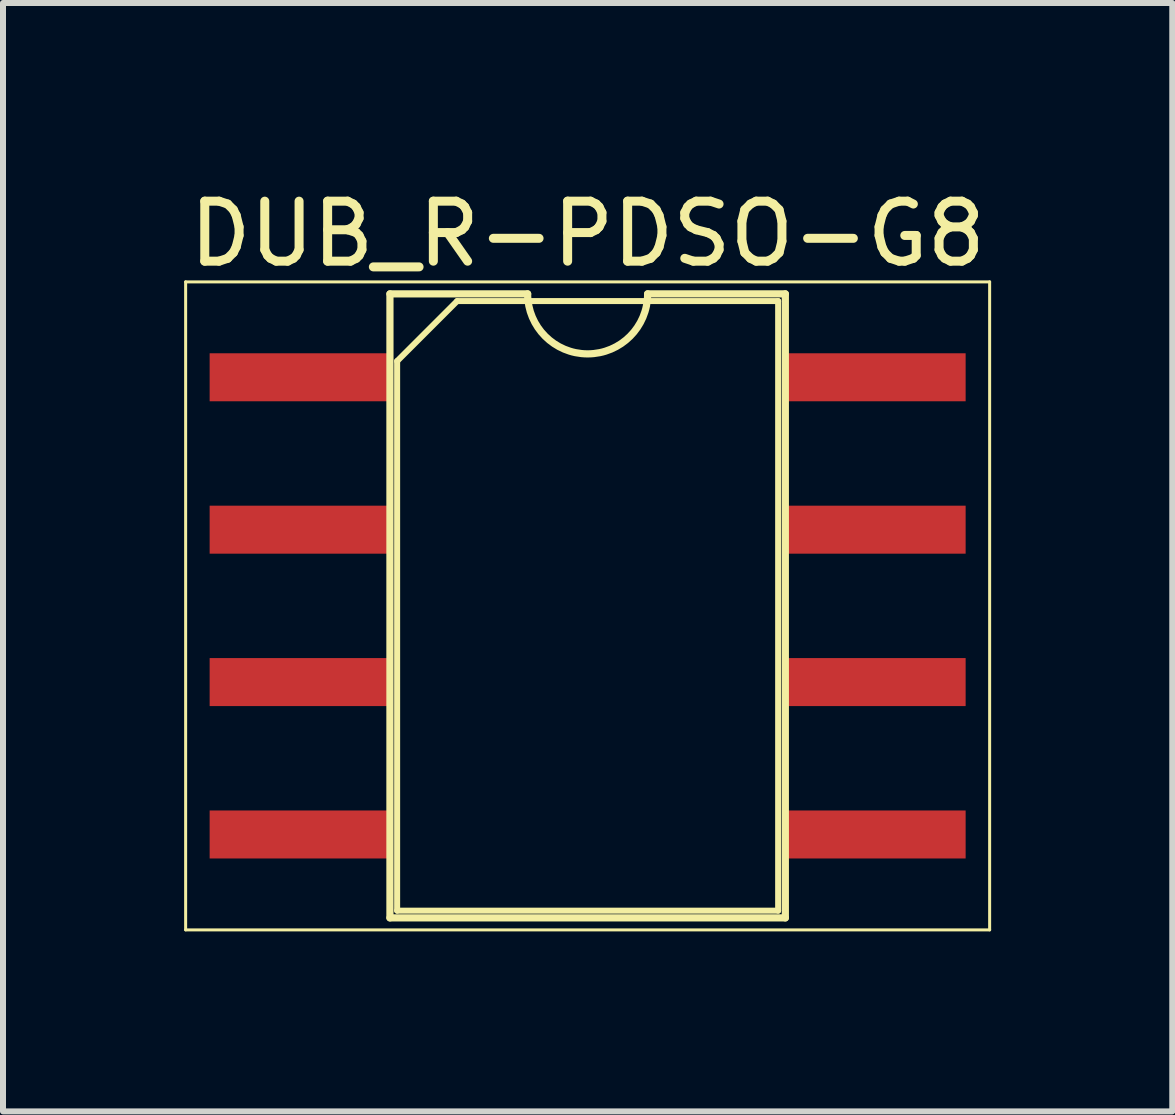
<source format=kicad_pcb>
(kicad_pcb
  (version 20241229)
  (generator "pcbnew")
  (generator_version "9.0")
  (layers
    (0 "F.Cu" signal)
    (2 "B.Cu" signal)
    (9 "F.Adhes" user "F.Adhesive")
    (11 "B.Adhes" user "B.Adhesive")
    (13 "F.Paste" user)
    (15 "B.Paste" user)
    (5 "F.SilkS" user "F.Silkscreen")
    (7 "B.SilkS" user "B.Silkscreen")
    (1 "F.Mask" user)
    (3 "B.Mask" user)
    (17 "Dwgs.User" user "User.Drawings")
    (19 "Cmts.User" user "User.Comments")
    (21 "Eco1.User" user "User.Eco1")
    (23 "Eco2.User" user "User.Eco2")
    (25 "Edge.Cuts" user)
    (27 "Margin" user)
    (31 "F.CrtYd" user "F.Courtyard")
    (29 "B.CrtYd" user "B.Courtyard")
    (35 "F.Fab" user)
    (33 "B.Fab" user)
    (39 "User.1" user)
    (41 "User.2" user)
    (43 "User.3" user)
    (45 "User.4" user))
  (footprint "DUB_R-PDSO-G8"
    (layer "F.Cu")
    (at 6.744 7.048)
    (property "Reference" "DUB_R-PDSO-G8" (at 0 -6.2 0) (layer "F.SilkS") (effects (font (size 1 1) (thickness 0.15))))
    (attr smd)
    (fp_line (start -6.7 -5.4) (end -6.7 5.4) (stroke (width 0.05) (type solid)) (layer "F.SilkS"))
    (fp_line (start -6.7 5.4) (end 6.7 5.4) (stroke (width 0.05) (type solid)) (layer "F.SilkS"))
    (fp_line (start -3.295 -5.2) (end -3.295 5.2) (stroke (width 0.12) (type solid)) (layer "F.SilkS"))
    (fp_line (start -3.295 5.2) (end 3.295 5.2) (stroke (width 0.12) (type solid)) (layer "F.SilkS"))
    (fp_line (start -3.175 -4.08) (end -2.175 -5.08) (stroke (width 0.1) (type solid)) (layer "F.SilkS"))
    (fp_line (start -3.175 5.08) (end -3.175 -4.08) (stroke (width 0.1) (type solid)) (layer "F.SilkS"))
    (fp_line (start -2.175 -5.08) (end 3.175 -5.08) (stroke (width 0.1) (type solid)) (layer "F.SilkS"))
    (fp_line (start -1 -5.2) (end -3.295 -5.2) (stroke (width 0.12) (type solid)) (layer "F.SilkS"))
    (fp_line (start 3.175 -5.08) (end 3.175 5.08) (stroke (width 0.1) (type solid)) (layer "F.SilkS"))
    (fp_line (start 3.175 5.08) (end -3.175 5.08) (stroke (width 0.1) (type solid)) (layer "F.SilkS"))
    (fp_line (start 3.295 -5.2) (end 1 -5.2) (stroke (width 0.12) (type solid)) (layer "F.SilkS"))
    (fp_line (start 3.295 5.2) (end 3.295 -5.2) (stroke (width 0.12) (type solid)) (layer "F.SilkS"))
    (fp_line (start 6.7 -5.4) (end -6.7 -5.4) (stroke (width 0.05) (type solid)) (layer "F.SilkS"))
    (fp_line (start 6.7 5.4) (end 6.7 -5.4) (stroke (width 0.05) (type solid)) (layer "F.SilkS"))
    (fp_arc (start 1 -5.2) (mid 0 -4.2) (end -1 -5.2) (stroke (width 0.12) (type solid)) (layer "F.SilkS"))
    (pad "1" smd rect (at -4.8 -3.81) (size 3 0.8) (layers "F.Cu" "F.Mask"))
    (pad "2" smd rect (at -4.8 -1.27) (size 3 0.8) (layers "F.Cu" "F.Mask"))
    (pad "3" smd rect (at -4.8 1.27) (size 3 0.8) (layers "F.Cu" "F.Mask"))
    (pad "4" smd rect (at -4.8 3.81) (size 3 0.8) (layers "F.Cu" "F.Mask"))
    (pad "5" smd rect (at 4.8 3.81) (size 3 0.8) (layers "F.Cu" "F.Mask"))
    (pad "6" smd rect (at 4.8 1.27) (size 3 0.8) (layers "F.Cu" "F.Mask"))
    (pad "7" smd rect (at 4.8 -1.27) (size 3 0.8) (layers "F.Cu" "F.Mask"))
    (pad "8" smd rect (at 4.8 -3.81) (size 3 0.8) (layers "F.Cu" "F.Mask")))
  (gr_rect
    (start -3 -3)
    (end 16.488 15.473)
    (stroke (width 0.1) (type default))
    (fill no)
    (layer "Edge.Cuts")))
</source>
